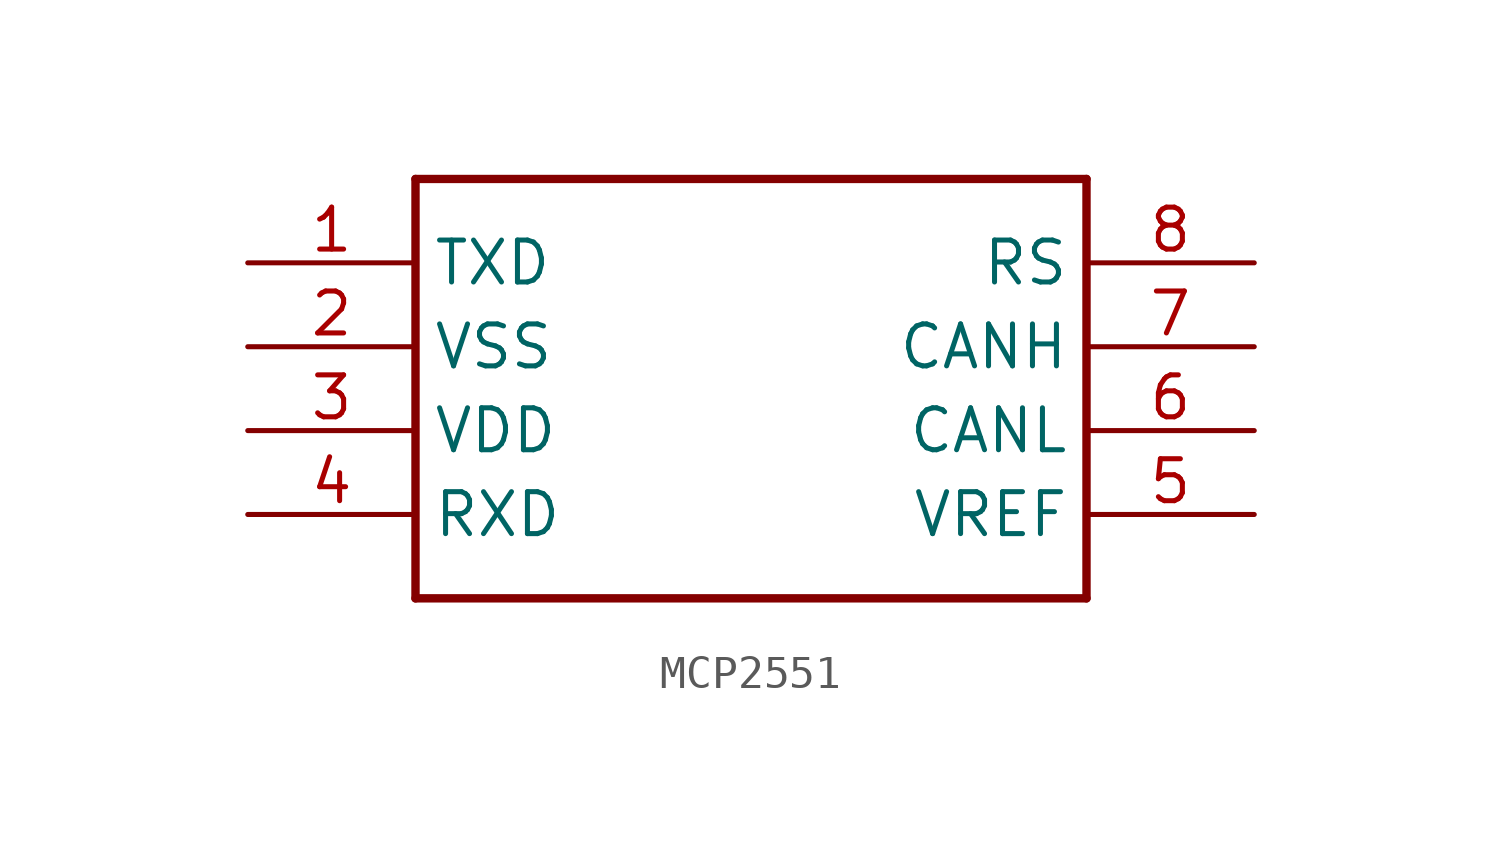
<source format=kicad_sym>
(kicad_symbol_lib
  (version 20211014)
  (generator kicad_symbol_editor)
  (symbol "MCP2551"
    (property "Reference" "U"
      (at 0 0 0)
      (effects (font (size 1.27 1.27)) hide))
    (property "ki_locked" ""
      (at 0 0 0)
      (effects (font (size 1.27 1.27))))
    (symbol "MCP2551_1_0"
      (polyline (pts (xy -5.08 -2.54) (xy 15.24 -2.54)) (stroke (width 0.254) (type default) (color 0 0 0 0)) (fill (type none)))
      (polyline (pts (xy -5.08 10.16) (xy -5.08 -2.54)) (stroke (width 0.254) (type default) (color 0 0 0 0)) (fill (type none)))
      (polyline (pts (xy 15.24 -2.54) (xy 15.24 10.16)) (stroke (width 0.254) (type default) (color 0 0 0 0)) (fill (type none)))
      (polyline (pts (xy 15.24 10.16) (xy -5.08 10.16)) (stroke (width 0.254) (type default) (color 0 0 0 0)) (fill (type none)))
      (pin input line (at -10.16 7.62 0) (length 5.08) (name "TXD" (effects (font (size 1.27 1.27)))) (number "1" (effects (font (size 1.27 1.27)))))
      (pin power_in line (at -10.16 5.08 0) (length 5.08) (name "VSS" (effects (font (size 1.27 1.27)))) (number "2" (effects (font (size 1.27 1.27)))))
      (pin power_in line (at -10.16 2.54 0) (length 5.08) (name "VDD" (effects (font (size 1.27 1.27)))) (number "3" (effects (font (size 1.27 1.27)))))
      (pin output line (at -10.16 0 0) (length 5.08) (name "RXD" (effects (font (size 1.27 1.27)))) (number "4" (effects (font (size 1.27 1.27)))))
      (pin output line (at 20.32 0 180) (length 5.08) (name "VREF" (effects (font (size 1.27 1.27)))) (number "5" (effects (font (size 1.27 1.27)))))
      (pin bidirectional line (at 20.32 2.54 180) (length 5.08) (name "CANL" (effects (font (size 1.27 1.27)))) (number "6" (effects (font (size 1.27 1.27)))))
      (pin bidirectional line (at 20.32 5.08 180) (length 5.08) (name "CANH" (effects (font (size 1.27 1.27)))) (number "7" (effects (font (size 1.27 1.27)))))
      (pin input line (at 20.32 7.62 180) (length 5.08) (name "RS" (effects (font (size 1.27 1.27)))) (number "8" (effects (font (size 1.27 1.27))))))))
</source>
